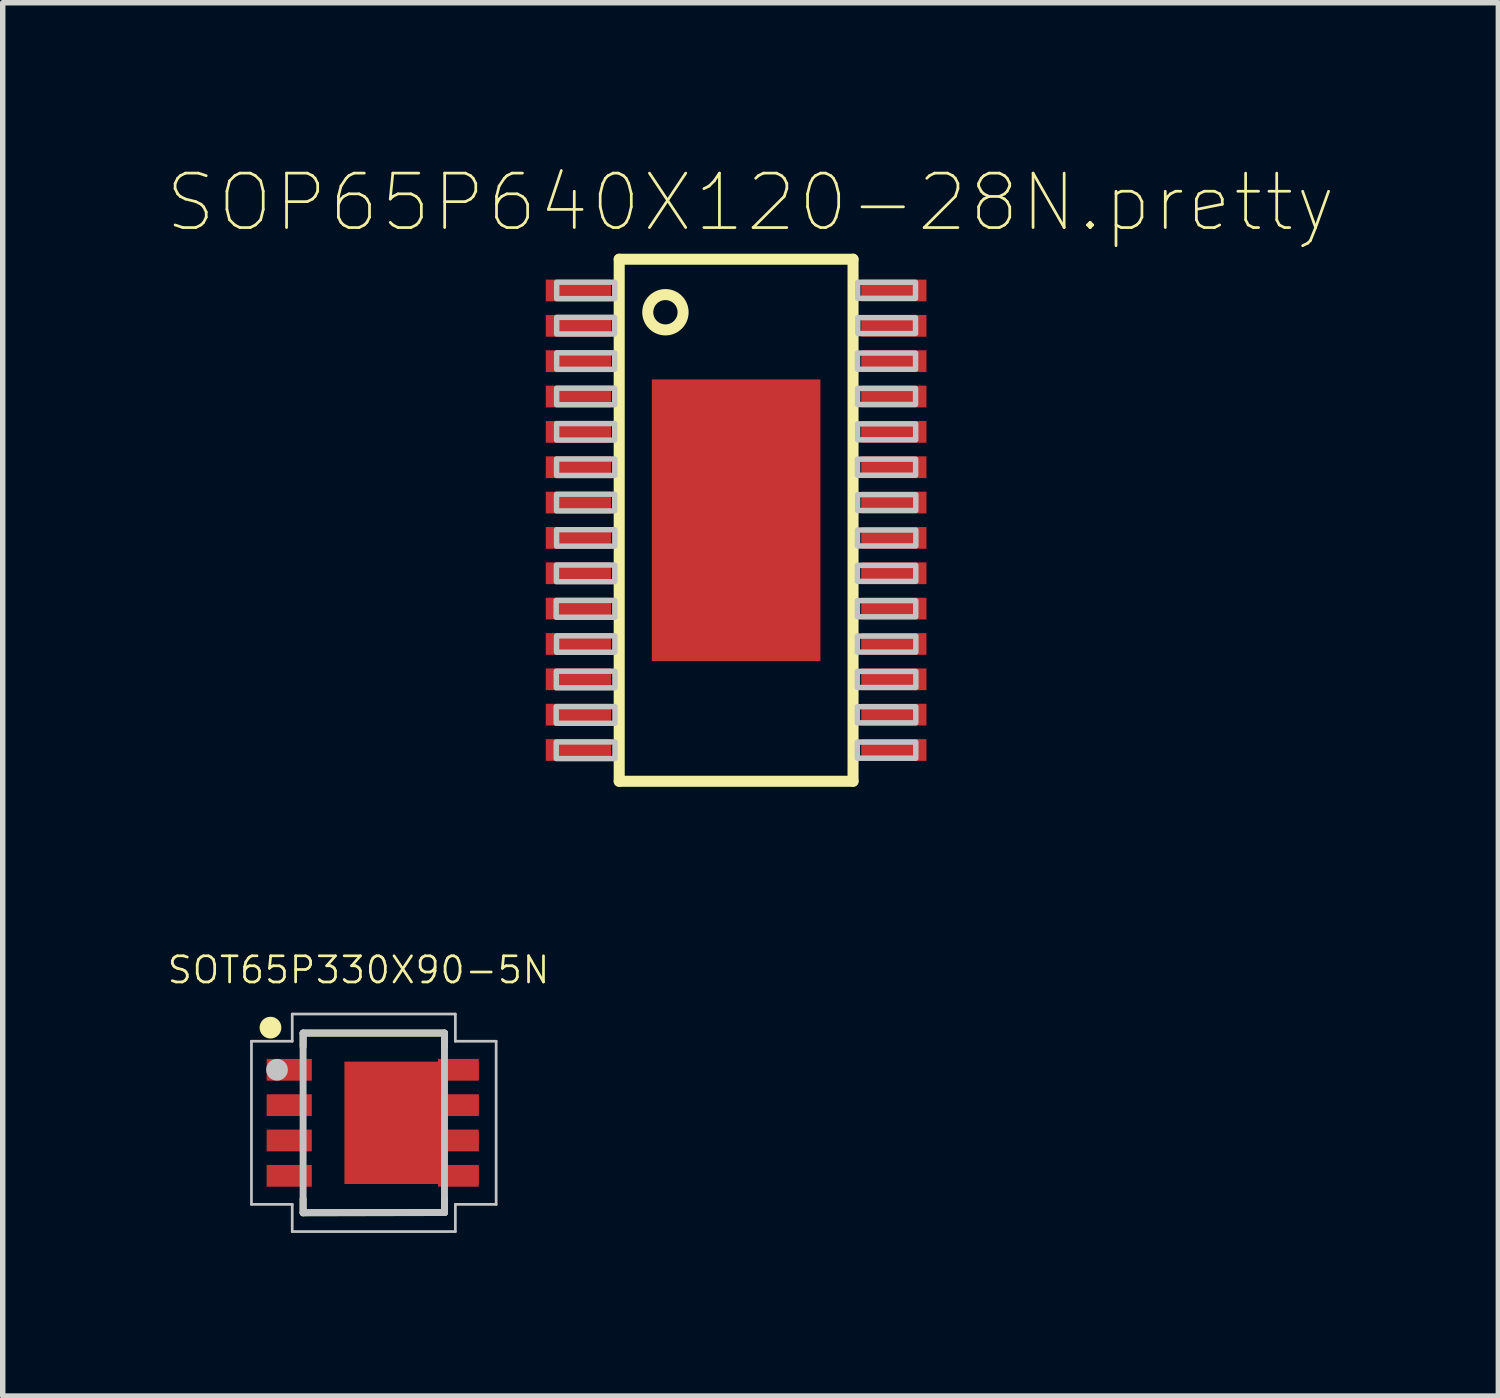
<source format=kicad_pcb>
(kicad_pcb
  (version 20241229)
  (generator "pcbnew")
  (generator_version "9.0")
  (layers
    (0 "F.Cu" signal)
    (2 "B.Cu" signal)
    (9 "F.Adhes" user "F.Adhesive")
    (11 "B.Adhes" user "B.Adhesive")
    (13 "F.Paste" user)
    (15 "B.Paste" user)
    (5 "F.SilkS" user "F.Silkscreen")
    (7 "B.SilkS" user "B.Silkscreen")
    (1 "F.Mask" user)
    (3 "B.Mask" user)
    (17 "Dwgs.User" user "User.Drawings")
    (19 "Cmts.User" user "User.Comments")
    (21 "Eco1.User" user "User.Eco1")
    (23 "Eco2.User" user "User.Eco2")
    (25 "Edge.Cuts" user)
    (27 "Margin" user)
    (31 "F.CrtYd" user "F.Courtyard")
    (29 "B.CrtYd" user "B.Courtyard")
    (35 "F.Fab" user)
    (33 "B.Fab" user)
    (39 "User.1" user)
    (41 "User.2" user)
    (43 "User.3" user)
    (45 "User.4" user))
  (footprint "SOP65P640X120-28N.pretty"
    (layer "F.Cu")
    (at 10.487 6.517)
    (property "Reference" "SOP65P640X120-28N.pretty" (at 0.265 -5.843 0) (layer "F.SilkS") (effects (font (size 1.001 1.001) (thickness 0.05))))
    (attr smd)
    (fp_line (start -2.15 -4.8) (end 2.15 -4.8) (stroke (width 0.203) (type solid)) (layer "F.SilkS"))
    (fp_line (start -2.15 4.8) (end -2.15 -4.8) (stroke (width 0.203) (type solid)) (layer "F.SilkS"))
    (fp_line (start 2.15 -4.8) (end 2.15 4.8) (stroke (width 0.203) (type solid)) (layer "F.SilkS"))
    (fp_line (start 2.15 4.8) (end -2.15 4.8) (stroke (width 0.203) (type solid)) (layer "F.SilkS"))
    (fp_circle (center -1.3 -3.825) (end -0.975 -3.825) (stroke (width 0.203) (type solid)) (fill no) (layer "F.SilkS"))
    (fp_poly (pts (xy -2.236 -3.731) (xy -2.236 -3.425) (xy -3.3 -3.425) (xy -3.3 -3.731)) (stroke (width 0.1) (type solid)) (fill no) (layer "Dwgs.User"))
    (fp_poly (pts (xy -2.234 -3.079) (xy -2.234 -2.775) (xy -3.3 -2.775) (xy -3.3 -3.079)) (stroke (width 0.1) (type solid)) (fill no) (layer "Dwgs.User"))
    (fp_poly (pts (xy -2.233 -2.428) (xy -2.233 -2.124) (xy -3.301 -2.124) (xy -3.301 -2.428)) (stroke (width 0.1) (type solid)) (fill no) (layer "Dwgs.User"))
    (fp_poly (pts (xy -2.233 -1.778) (xy -2.233 -1.474) (xy -3.301 -1.474) (xy -3.301 -1.778)) (stroke (width 0.1) (type solid)) (fill no) (layer "Dwgs.User"))
    (fp_poly (pts (xy -2.233 -0.478) (xy -2.233 -0.172) (xy -3.303 -0.172) (xy -3.303 -0.478)) (stroke (width 0.1) (type solid)) (fill no) (layer "Dwgs.User"))
    (fp_poly (pts (xy -2.232 -1.127) (xy -2.232 -0.823) (xy -3.302 -0.823) (xy -3.302 -1.127)) (stroke (width 0.1) (type solid)) (fill no) (layer "Dwgs.User"))
    (fp_poly (pts (xy -2.232 -4.377) (xy -2.232 -4.075) (xy -3.3 -4.075) (xy -3.3 -4.377)) (stroke (width 0.1) (type solid)) (fill no) (layer "Dwgs.User"))
    (fp_poly (pts (xy -2.232 0.823) (xy -2.232 1.13) (xy -3.305 1.13) (xy -3.305 0.823)) (stroke (width 0.1) (type solid)) (fill no) (layer "Dwgs.User"))
    (fp_poly (pts (xy -2.231 1.474) (xy -2.231 1.784) (xy -3.309 1.784) (xy -3.309 1.474)) (stroke (width 0.1) (type solid)) (fill no) (layer "Dwgs.User"))
    (fp_poly (pts (xy -2.231 0.174) (xy -2.231 0.477) (xy -3.302 0.477) (xy -3.302 0.174)) (stroke (width 0.1) (type solid)) (fill no) (layer "Dwgs.User"))
    (fp_poly (pts (xy -2.23 2.125) (xy -2.23 2.428) (xy -3.303 2.428) (xy -3.303 2.125)) (stroke (width 0.1) (type solid)) (fill no) (layer "Dwgs.User"))
    (fp_poly (pts (xy -2.229 2.776) (xy -2.229 3.082) (xy -3.307 3.082) (xy -3.307 2.776)) (stroke (width 0.1) (type solid)) (fill no) (layer "Dwgs.User"))
    (fp_poly (pts (xy -2.228 3.427) (xy -2.228 3.734) (xy -3.309 3.734) (xy -3.309 3.427)) (stroke (width 0.1) (type solid)) (fill no) (layer "Dwgs.User"))
    (fp_poly (pts (xy -2.228 4.077) (xy -2.228 4.383) (xy -3.308 4.383) (xy -3.308 4.077)) (stroke (width 0.1) (type solid)) (fill no) (layer "Dwgs.User"))
    (fp_poly (pts (xy 2.229 4.376) (xy 2.229 4.079) (xy 3.304 4.079) (xy 3.304 4.376)) (stroke (width 0.1) (type solid)) (fill no) (layer "Dwgs.User"))
    (fp_poly (pts (xy 2.229 3.726) (xy 2.229 3.429) (xy 3.304 3.429) (xy 3.304 3.726)) (stroke (width 0.1) (type solid)) (fill no) (layer "Dwgs.User"))
    (fp_poly (pts (xy 2.229 3.076) (xy 2.229 2.78) (xy 3.305 2.78) (xy 3.305 3.076)) (stroke (width 0.1) (type solid)) (fill no) (layer "Dwgs.User"))
    (fp_poly (pts (xy 2.23 2.425) (xy 2.23 2.13) (xy 3.305 2.13) (xy 3.305 2.425)) (stroke (width 0.1) (type solid)) (fill no) (layer "Dwgs.User"))
    (fp_poly (pts (xy 2.23 1.775) (xy 2.23 1.478) (xy 3.303 1.478) (xy 3.303 1.775)) (stroke (width 0.1) (type solid)) (fill no) (layer "Dwgs.User"))
    (fp_poly (pts (xy 2.231 1.124) (xy 2.231 0.829) (xy 3.304 0.829) (xy 3.304 1.124)) (stroke (width 0.1) (type solid)) (fill no) (layer "Dwgs.User"))
    (fp_poly (pts (xy 2.232 -0.827) (xy 2.232 -1.124) (xy 3.301 -1.124) (xy 3.301 -0.827)) (stroke (width 0.1) (type solid)) (fill no) (layer "Dwgs.User"))
    (fp_poly (pts (xy 2.232 0.473) (xy 2.232 0.18) (xy 3.305 0.18) (xy 3.305 0.473)) (stroke (width 0.1) (type solid)) (fill no) (layer "Dwgs.User"))
    (fp_poly (pts (xy 2.232 -2.777) (xy 2.232 -3.075) (xy 3.3 -3.075) (xy 3.3 -2.777)) (stroke (width 0.1) (type solid)) (fill no) (layer "Dwgs.User"))
    (fp_poly (pts (xy 2.233 -2.128) (xy 2.233 -2.425) (xy 3.3 -2.425) (xy 3.3 -2.128)) (stroke (width 0.1) (type solid)) (fill no) (layer "Dwgs.User"))
    (fp_poly (pts (xy 2.234 -0.179) (xy 2.234 -0.471) (xy 3.304 -0.471) (xy 3.304 -0.179)) (stroke (width 0.1) (type solid)) (fill no) (layer "Dwgs.User"))
    (fp_poly (pts (xy 2.234 -1.479) (xy 2.234 -1.773) (xy 3.302 -1.773) (xy 3.302 -1.479)) (stroke (width 0.1) (type solid)) (fill no) (layer "Dwgs.User"))
    (fp_poly (pts (xy 2.236 -4.081) (xy 2.236 -4.376) (xy 3.299 -4.376) (xy 3.299 -4.081)) (stroke (width 0.1) (type solid)) (fill no) (layer "Dwgs.User"))
    (fp_poly (pts (xy 2.238 -3.433) (xy 2.238 -3.726) (xy 3.299 -3.726) (xy 3.299 -3.433)) (stroke (width 0.1) (type solid)) (fill no) (layer "Dwgs.User"))
    (pad "1" smd rect (at -2.9 -4.225 270) (size 0.4 1.2) (layers "F.Cu" "F.Mask" "F.Paste"))
    (pad "2" smd rect (at -2.9 -3.575 270) (size 0.4 1.2) (layers "F.Cu" "F.Mask" "F.Paste"))
    (pad "3" smd rect (at -2.9 -2.925 270) (size 0.4 1.2) (layers "F.Cu" "F.Mask" "F.Paste"))
    (pad "4" smd rect (at -2.9 -2.275 270) (size 0.4 1.2) (layers "F.Cu" "F.Mask" "F.Paste"))
    (pad "5" smd rect (at -2.9 -1.625 270) (size 0.4 1.2) (layers "F.Cu" "F.Mask" "F.Paste"))
    (pad "6" smd rect (at -2.9 -0.975 270) (size 0.4 1.2) (layers "F.Cu" "F.Mask" "F.Paste"))
    (pad "7" smd rect (at -2.9 -0.325 270) (size 0.4 1.2) (layers "F.Cu" "F.Mask" "F.Paste"))
    (pad "8" smd rect (at -2.9 0.325 270) (size 0.4 1.2) (layers "F.Cu" "F.Mask" "F.Paste"))
    (pad "9" smd rect (at -2.9 0.975 270) (size 0.4 1.2) (layers "F.Cu" "F.Mask" "F.Paste"))
    (pad "10" smd rect (at -2.9 1.625 270) (size 0.4 1.2) (layers "F.Cu" "F.Mask" "F.Paste"))
    (pad "11" smd rect (at -2.9 2.275 270) (size 0.4 1.2) (layers "F.Cu" "F.Mask" "F.Paste"))
    (pad "12" smd rect (at -2.9 2.925 270) (size 0.4 1.2) (layers "F.Cu" "F.Mask" "F.Paste"))
    (pad "13" smd rect (at -2.9 3.575 270) (size 0.4 1.2) (layers "F.Cu" "F.Mask" "F.Paste"))
    (pad "14" smd rect (at -2.9 4.225 270) (size 0.4 1.2) (layers "F.Cu" "F.Mask" "F.Paste"))
    (pad "15" smd rect (at 2.9 4.225 90) (size 0.4 1.2) (layers "F.Cu" "F.Mask" "F.Paste"))
    (pad "16" smd rect (at 2.9 3.575 90) (size 0.4 1.2) (layers "F.Cu" "F.Mask" "F.Paste"))
    (pad "17" smd rect (at 2.9 2.925 90) (size 0.4 1.2) (layers "F.Cu" "F.Mask" "F.Paste"))
    (pad "18" smd rect (at 2.9 2.275 90) (size 0.4 1.2) (layers "F.Cu" "F.Mask" "F.Paste"))
    (pad "19" smd rect (at 2.9 1.625 90) (size 0.4 1.2) (layers "F.Cu" "F.Mask" "F.Paste"))
    (pad "20" smd rect (at 2.9 0.975 90) (size 0.4 1.2) (layers "F.Cu" "F.Mask" "F.Paste"))
    (pad "21" smd rect (at 2.9 0.325 90) (size 0.4 1.2) (layers "F.Cu" "F.Mask" "F.Paste"))
    (pad "22" smd rect (at 2.9 -0.325 90) (size 0.4 1.2) (layers "F.Cu" "F.Mask" "F.Paste"))
    (pad "23" smd rect (at 2.9 -0.975 90) (size 0.4 1.2) (layers "F.Cu" "F.Mask" "F.Paste"))
    (pad "24" smd rect (at 2.9 -1.625 90) (size 0.4 1.2) (layers "F.Cu" "F.Mask" "F.Paste"))
    (pad "25" smd rect (at 2.9 -2.275 90) (size 0.4 1.2) (layers "F.Cu" "F.Mask" "F.Paste"))
    (pad "26" smd rect (at 2.9 -2.925 90) (size 0.4 1.2) (layers "F.Cu" "F.Mask" "F.Paste"))
    (pad "27" smd rect (at 2.9 -3.575 90) (size 0.4 1.2) (layers "F.Cu" "F.Mask" "F.Paste"))
    (pad "28" smd rect (at 2.9 -4.225 90) (size 0.4 1.2) (layers "F.Cu" "F.Mask" "F.Paste"))
    (pad "29" smd rect (at 0 0 90) (size 5.18 3.1) (layers "F.Cu" "F.Mask" "F.Paste")))
  (footprint "SOT65P330X90-5N"
    (layer "F.Cu")
    (at 3.824 17.598)
    (property "Reference" "SOT65P330X90-5N" (at -0.281 -2.81 0) (layer "F.SilkS") (effects (font (size 0.481 0.481) (thickness 0.05))))
    (attr smd)
    (fp_poly (pts (xy -0.54 -1.125) (xy 1.93 -1.125) (xy 1.93 -0.795) (xy 1.31 -0.795) (xy 1.31 -0.505) (xy 1.93 -0.505) (xy 1.93 -0.165) (xy 1.31 -0.165) (xy 1.31 0.165) (xy 1.93 0.165) (xy 1.93 0.515) (xy 1.31 0.515) (xy 1.31 0.805) (xy 1.93 0.805) (xy 1.93 1.125) (xy -0.54 1.125)) (stroke (width 0.0001) (type solid)) (fill yes) (layer "F.Cu"))
    (fp_poly (pts (xy 1.98 -1.225) (xy 1.98 -0.675) (xy 1.36 -0.675) (xy 1.36 -0.625) (xy 1.98 -0.625) (xy 1.98 -0.025) (xy 1.36 -0.025) (xy 1.36 0.025) (xy 1.98 0.025) (xy 1.98 0.625) (xy 1.36 0.625) (xy 1.36 0.675) (xy 1.98 0.675) (xy 1.98 1.225) (xy 1.145 1.225) (xy 1.145 1.175) (xy -0.59 1.175) (xy -0.59 -1.175) (xy 1.145 -1.175) (xy 1.145 -1.225)) (stroke (width 0.0001) (type solid)) (fill yes) (layer "F.Mask"))
    (fp_line (start -1.3 -1.65) (end 1.3 -1.65) (stroke (width 0.127) (type solid)) (layer "F.SilkS"))
    (fp_line (start -1.3 -1.4) (end -1.3 -1.65) (stroke (width 0.127) (type solid)) (layer "F.SilkS"))
    (fp_line (start -1.3 1.656) (end -1.3 1.4) (stroke (width 0.127) (type solid)) (layer "F.SilkS"))
    (fp_line (start 1.3 -1.65) (end 1.3 -1.4) (stroke (width 0.127) (type solid)) (layer "F.SilkS"))
    (fp_line (start 1.3 1.4) (end 1.3 1.65) (stroke (width 0.127) (type solid)) (layer "F.SilkS"))
    (fp_line (start 1.3 1.65) (end -1.3 1.656) (stroke (width 0.127) (type solid)) (layer "F.SilkS"))
    (fp_circle (center -1.9 -1.75) (end -1.8 -1.75) (stroke (width 0.2) (type solid)) (fill no) (layer "F.SilkS"))
    (fp_poly (pts (xy -0.49 -0.944) (xy 0.02 -0.944) (xy 0.02 -0.308) (xy -0.49 -0.308)) (stroke (width 0.0001) (type solid)) (fill yes) (layer "F.Paste"))
    (fp_poly (pts (xy -0.49 0.308) (xy 0.02 0.308) (xy 0.02 0.944) (xy -0.49 0.944)) (stroke (width 0.0001) (type solid)) (fill yes) (layer "F.Paste"))
    (fp_poly (pts (xy 0.88 -0.944) (xy 0.88 -0.308) (xy 0.37 -0.308) (xy 0.37 -0.944)) (stroke (width 0.0001) (type solid)) (fill yes) (layer "F.Paste"))
    (fp_poly (pts (xy 0.88 0.308) (xy 0.88 0.944) (xy 0.37 0.944) (xy 0.37 0.308)) (stroke (width 0.0001) (type solid)) (fill yes) (layer "F.Paste"))
    (fp_line (start -2.25 -1.5) (end -1.5 -1.5) (stroke (width 0.05) (type solid)) (layer "Dwgs.User"))
    (fp_line (start -2.25 1.5) (end -2.25 -1.5) (stroke (width 0.05) (type solid)) (layer "Dwgs.User"))
    (fp_line (start -1.5 -2) (end 1.5 -2) (stroke (width 0.05) (type solid)) (layer "Dwgs.User"))
    (fp_line (start -1.5 -1.5) (end -1.5 -2) (stroke (width 0.05) (type solid)) (layer "Dwgs.User"))
    (fp_line (start -1.5 1.5) (end -2.25 1.5) (stroke (width 0.05) (type solid)) (layer "Dwgs.User"))
    (fp_line (start -1.5 2) (end -1.5 1.5) (stroke (width 0.05) (type solid)) (layer "Dwgs.User"))
    (fp_line (start -1.3 -1.65) (end -1.3 1.65) (stroke (width 0.127) (type solid)) (layer "Dwgs.User"))
    (fp_line (start -1.3 1.65) (end 1.3 1.65) (stroke (width 0.127) (type solid)) (layer "Dwgs.User"))
    (fp_line (start 1.3 -1.65) (end -1.3 -1.65) (stroke (width 0.127) (type solid)) (layer "Dwgs.User"))
    (fp_line (start 1.3 1.65) (end 1.3 -1.65) (stroke (width 0.127) (type solid)) (layer "Dwgs.User"))
    (fp_line (start 1.5 -2) (end 1.5 -1.5) (stroke (width 0.05) (type solid)) (layer "Dwgs.User"))
    (fp_line (start 1.5 -1.5) (end 2.25 -1.5) (stroke (width 0.05) (type solid)) (layer "Dwgs.User"))
    (fp_line (start 1.5 1.5) (end 1.5 2) (stroke (width 0.05) (type solid)) (layer "Dwgs.User"))
    (fp_line (start 1.5 2) (end -1.5 2) (stroke (width 0.05) (type solid)) (layer "Dwgs.User"))
    (fp_line (start 2.25 -1.5) (end 2.25 1.5) (stroke (width 0.05) (type solid)) (layer "Dwgs.User"))
    (fp_line (start 2.25 1.5) (end 1.5 1.5) (stroke (width 0.05) (type solid)) (layer "Dwgs.User"))
    (fp_circle (center -1.78 -0.975) (end -1.68 -0.975) (stroke (width 0.2) (type solid)) (fill no) (layer "Dwgs.User"))
    (pad "1" smd rect (at 1.555 -0.975) (size 0.75 0.4) (layers "F.Cu" "F.Mask" "F.Paste"))
    (pad "1" smd rect (at 1.555 -0.325) (size 0.75 0.4) (layers "F.Cu" "F.Mask" "F.Paste"))
    (pad "1" smd rect (at 1.555 0.325) (size 0.75 0.4) (layers "F.Cu" "F.Mask" "F.Paste"))
    (pad "1" smd rect (at 1.555 0.975) (size 0.75 0.4) (layers "F.Cu" "F.Mask" "F.Paste"))
    (pad "2" smd rect (at -1.555 0.975) (size 0.83 0.4) (layers "F.Cu" "F.Mask" "F.Paste"))
    (pad "3" smd rect (at -1.555 -0.975) (size 0.83 0.4) (layers "F.Cu" "F.Mask" "F.Paste"))
    (pad "3" smd rect (at -1.555 -0.325) (size 0.83 0.4) (layers "F.Cu" "F.Mask" "F.Paste"))
    (pad "3" smd rect (at -1.555 0.325) (size 0.83 0.4) (layers "F.Cu" "F.Mask" "F.Paste")))
  (gr_rect
    (start -3 -3)
    (end 24.504 22.623)
    (stroke (width 0.1) (type default))
    (fill no)
    (layer "Edge.Cuts")))
</source>
